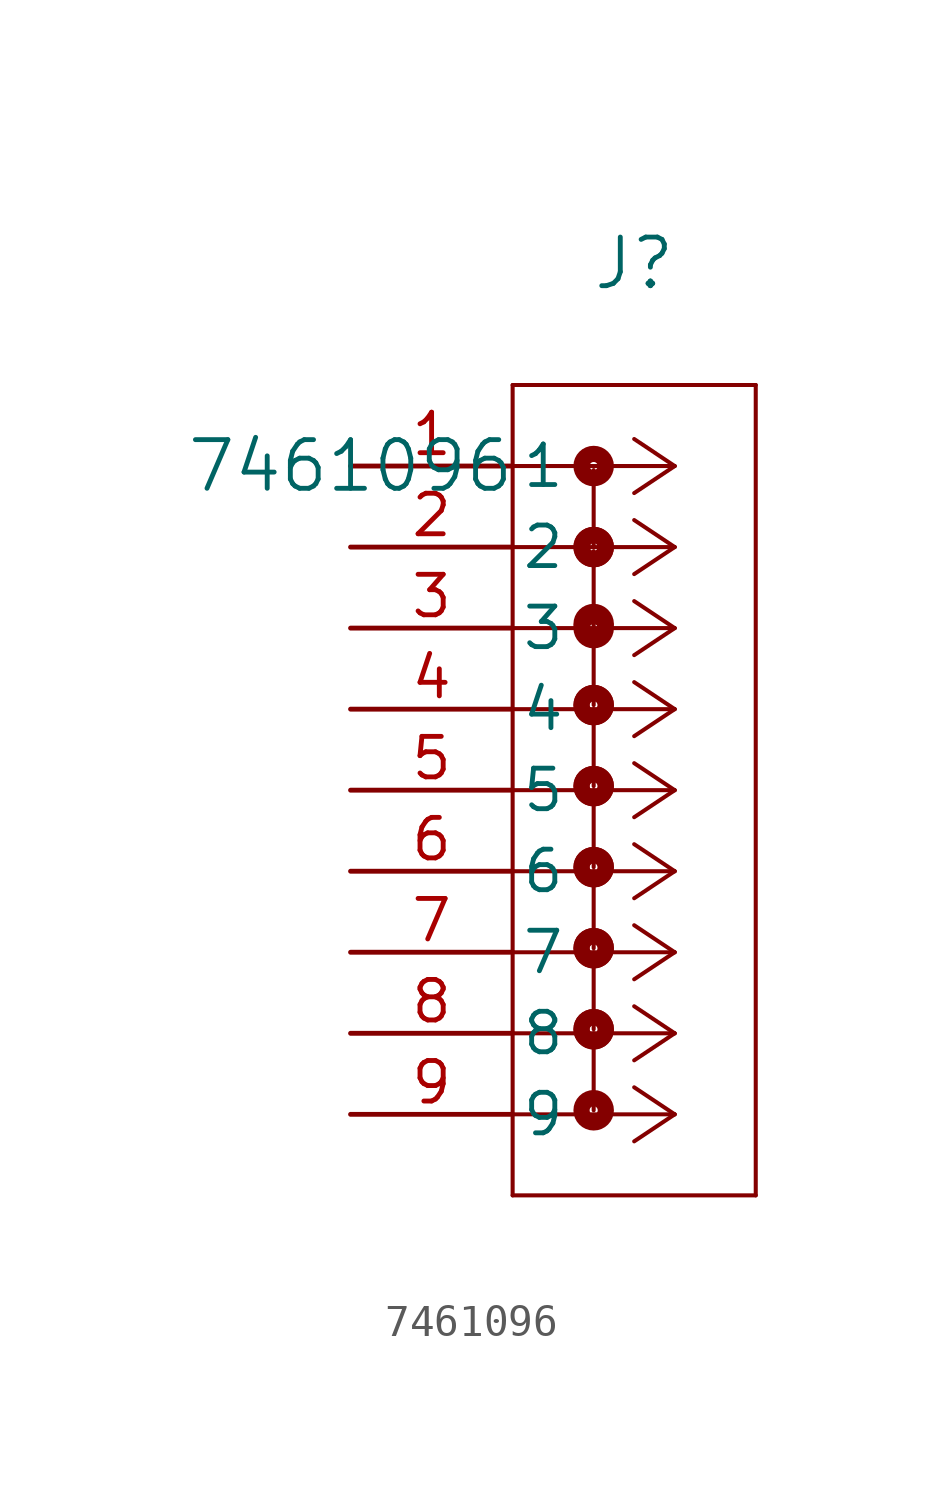
<source format=kicad_sym>
(kicad_symbol_lib
  (version 20211014)
  (generator kicad_symbol_editor)
  (symbol "7461096"
    (pin_names
      (offset 0.254))
    (property "Reference" "J"
      (at 8.89 6.35 0)
      (effects (font (size 1.524 1.524))))
    (property "Value" "7461096"
      (at 0 0 0)
      (effects (font (size 1.524 1.524))))
    (symbol "7461096_0_1"
      (polyline (pts (xy 10.16 0) (xy 5.08 0)) (stroke (width 0.127) (type default) (color 0 0 0 0)) (fill (type none)))
      (polyline (pts (xy 10.16 -2.54) (xy 5.08 -2.54)) (stroke (width 0.127) (type default) (color 0 0 0 0)) (fill (type none)))
      (polyline (pts (xy 10.16 -5.08) (xy 5.08 -5.08)) (stroke (width 0.127) (type default) (color 0 0 0 0)) (fill (type none)))
      (polyline (pts (xy 10.16 -7.62) (xy 5.08 -7.62)) (stroke (width 0.127) (type default) (color 0 0 0 0)) (fill (type none)))
      (polyline (pts (xy 10.16 -10.16) (xy 5.08 -10.16)) (stroke (width 0.127) (type default) (color 0 0 0 0)) (fill (type none)))
      (polyline (pts (xy 10.16 -12.7) (xy 5.08 -12.7)) (stroke (width 0.127) (type default) (color 0 0 0 0)) (fill (type none)))
      (polyline (pts (xy 10.16 -15.24) (xy 5.08 -15.24)) (stroke (width 0.127) (type default) (color 0 0 0 0)) (fill (type none)))
      (polyline (pts (xy 10.16 -17.78) (xy 5.08 -17.78)) (stroke (width 0.127) (type default) (color 0 0 0 0)) (fill (type none)))
      (polyline (pts (xy 10.16 -20.32) (xy 5.08 -20.32)) (stroke (width 0.127) (type default) (color 0 0 0 0)) (fill (type none)))
      (polyline (pts (xy 10.16 0) (xy 8.89 0.847)) (stroke (width 0.127) (type default) (color 0 0 0 0)) (fill (type none)))
      (polyline (pts (xy 10.16 -2.54) (xy 8.89 -1.693)) (stroke (width 0.127) (type default) (color 0 0 0 0)) (fill (type none)))
      (polyline (pts (xy 10.16 -5.08) (xy 8.89 -4.233)) (stroke (width 0.127) (type default) (color 0 0 0 0)) (fill (type none)))
      (polyline (pts (xy 10.16 -7.62) (xy 8.89 -6.773)) (stroke (width 0.127) (type default) (color 0 0 0 0)) (fill (type none)))
      (polyline (pts (xy 10.16 -10.16) (xy 8.89 -9.313)) (stroke (width 0.127) (type default) (color 0 0 0 0)) (fill (type none)))
      (polyline (pts (xy 10.16 -12.7) (xy 8.89 -11.853)) (stroke (width 0.127) (type default) (color 0 0 0 0)) (fill (type none)))
      (polyline (pts (xy 10.16 -15.24) (xy 8.89 -14.393)) (stroke (width 0.127) (type default) (color 0 0 0 0)) (fill (type none)))
      (polyline (pts (xy 10.16 -17.78) (xy 8.89 -16.933)) (stroke (width 0.127) (type default) (color 0 0 0 0)) (fill (type none)))
      (polyline (pts (xy 10.16 -20.32) (xy 8.89 -19.473)) (stroke (width 0.127) (type default) (color 0 0 0 0)) (fill (type none)))
      (polyline (pts (xy 10.16 0) (xy 8.89 -0.847)) (stroke (width 0.127) (type default) (color 0 0 0 0)) (fill (type none)))
      (polyline (pts (xy 10.16 -2.54) (xy 8.89 -3.387)) (stroke (width 0.127) (type default) (color 0 0 0 0)) (fill (type none)))
      (polyline (pts (xy 10.16 -5.08) (xy 8.89 -5.927)) (stroke (width 0.127) (type default) (color 0 0 0 0)) (fill (type none)))
      (polyline (pts (xy 10.16 -7.62) (xy 8.89 -8.467)) (stroke (width 0.127) (type default) (color 0 0 0 0)) (fill (type none)))
      (polyline (pts (xy 10.16 -10.16) (xy 8.89 -11.007)) (stroke (width 0.127) (type default) (color 0 0 0 0)) (fill (type none)))
      (polyline (pts (xy 10.16 -12.7) (xy 8.89 -13.547)) (stroke (width 0.127) (type default) (color 0 0 0 0)) (fill (type none)))
      (polyline (pts (xy 10.16 -15.24) (xy 8.89 -16.087)) (stroke (width 0.127) (type default) (color 0 0 0 0)) (fill (type none)))
      (polyline (pts (xy 10.16 -17.78) (xy 8.89 -18.627)) (stroke (width 0.127) (type default) (color 0 0 0 0)) (fill (type none)))
      (polyline (pts (xy 10.16 -20.32) (xy 8.89 -21.167)) (stroke (width 0.127) (type default) (color 0 0 0 0)) (fill (type none)))
      (polyline (pts (xy 5.08 2.54) (xy 5.08 -22.86)) (stroke (width 0.127) (type default) (color 0 0 0 0)) (fill (type none)))
      (polyline (pts (xy 5.08 -22.86) (xy 12.7 -22.86)) (stroke (width 0.127) (type default) (color 0 0 0 0)) (fill (type none)))
      (polyline (pts (xy 12.7 -22.86) (xy 12.7 2.54)) (stroke (width 0.127) (type default) (color 0 0 0 0)) (fill (type none)))
      (polyline (pts (xy 12.7 2.54) (xy 5.08 2.54)) (stroke (width 0.127) (type default) (color 0 0 0 0)) (fill (type none)))
      (circle (center 7.62 0) (radius 0.127) (stroke (width 0.508) (type default) (color 0 0 0 0)) (fill (type none)))
      (circle (center 7.62 -2.54) (radius 0.127) (stroke (width 0.508) (type default) (color 0 0 0 0)) (fill (type none)))
      (polyline (pts (xy 7.62 -0.127) (xy 7.62 -2.54)) (stroke (width 0.127) (type default) (color 0 0 0 0)) (fill (type none)))
      (circle (center 7.62 -2.54) (radius 0.127) (stroke (width 0.508) (type default) (color 0 0 0 0)) (fill (type none)))
      (circle (center 7.62 -5.08) (radius 0.127) (stroke (width 0.508) (type default) (color 0 0 0 0)) (fill (type none)))
      (polyline (pts (xy 7.62 -2.667) (xy 7.62 -5.08)) (stroke (width 0.127) (type default) (color 0 0 0 0)) (fill (type none)))
      (circle (center 7.62 -4.953) (radius 0.127) (stroke (width 0.508) (type default) (color 0 0 0 0)) (fill (type none)))
      (circle (center 7.62 -7.493) (radius 0.127) (stroke (width 0.508) (type default) (color 0 0 0 0)) (fill (type none)))
      (polyline (pts (xy 7.62 -5.08) (xy 7.62 -7.493)) (stroke (width 0.127) (type default) (color 0 0 0 0)) (fill (type none)))
      (circle (center 7.62 -7.493) (radius 0.127) (stroke (width 0.508) (type default) (color 0 0 0 0)) (fill (type none)))
      (circle (center 7.62 -10.033) (radius 0.127) (stroke (width 0.508) (type default) (color 0 0 0 0)) (fill (type none)))
      (polyline (pts (xy 7.62 -7.62) (xy 7.62 -10.033)) (stroke (width 0.127) (type default) (color 0 0 0 0)) (fill (type none)))
      (circle (center 7.62 -10.033) (radius 0.127) (stroke (width 0.508) (type default) (color 0 0 0 0)) (fill (type none)))
      (circle (center 7.62 -12.573) (radius 0.127) (stroke (width 0.508) (type default) (color 0 0 0 0)) (fill (type none)))
      (polyline (pts (xy 7.62 -10.16) (xy 7.62 -12.573)) (stroke (width 0.127) (type default) (color 0 0 0 0)) (fill (type none)))
      (circle (center 7.62 -12.573) (radius 0.127) (stroke (width 0.508) (type default) (color 0 0 0 0)) (fill (type none)))
      (circle (center 7.62 -15.113) (radius 0.127) (stroke (width 0.508) (type default) (color 0 0 0 0)) (fill (type none)))
      (polyline (pts (xy 7.62 -12.7) (xy 7.62 -15.113)) (stroke (width 0.127) (type default) (color 0 0 0 0)) (fill (type none)))
      (circle (center 7.62 -15.113) (radius 0.127) (stroke (width 0.508) (type default) (color 0 0 0 0)) (fill (type none)))
      (circle (center 7.62 -17.653) (radius 0.127) (stroke (width 0.508) (type default) (color 0 0 0 0)) (fill (type none)))
      (polyline (pts (xy 7.62 -15.24) (xy 7.62 -17.653)) (stroke (width 0.127) (type default) (color 0 0 0 0)) (fill (type none)))
      (circle (center 7.62 -17.653) (radius 0.127) (stroke (width 0.508) (type default) (color 0 0 0 0)) (fill (type none)))
      (circle (center 7.62 -20.193) (radius 0.127) (stroke (width 0.508) (type default) (color 0 0 0 0)) (fill (type none)))
      (polyline (pts (xy 7.62 -17.78) (xy 7.62 -20.193)) (stroke (width 0.127) (type default) (color 0 0 0 0)) (fill (type none)))
      (pin unspecified line (at 0 0 0) (length 5.08) (name "1" (effects (font (size 1.27 1.27)))) (number "1" (effects (font (size 1.27 1.27)))))
      (pin unspecified line (at 0 -2.54 0) (length 5.08) (name "2" (effects (font (size 1.27 1.27)))) (number "2" (effects (font (size 1.27 1.27)))))
      (pin unspecified line (at 0 -5.08 0) (length 5.08) (name "3" (effects (font (size 1.27 1.27)))) (number "3" (effects (font (size 1.27 1.27)))))
      (pin unspecified line (at 0 -7.62 0) (length 5.08) (name "4" (effects (font (size 1.27 1.27)))) (number "4" (effects (font (size 1.27 1.27)))))
      (pin unspecified line (at 0 -10.16 0) (length 5.08) (name "5" (effects (font (size 1.27 1.27)))) (number "5" (effects (font (size 1.27 1.27)))))
      (pin unspecified line (at 0 -12.7 0) (length 5.08) (name "6" (effects (font (size 1.27 1.27)))) (number "6" (effects (font (size 1.27 1.27)))))
      (pin unspecified line (at 0 -15.24 0) (length 5.08) (name "7" (effects (font (size 1.27 1.27)))) (number "7" (effects (font (size 1.27 1.27)))))
      (pin unspecified line (at 0 -17.78 0) (length 5.08) (name "8" (effects (font (size 1.27 1.27)))) (number "8" (effects (font (size 1.27 1.27)))))
      (pin unspecified line (at 0 -20.32 0) (length 5.08) (name "9" (effects (font (size 1.27 1.27)))) (number "9" (effects (font (size 1.27 1.27))))))))
</source>
